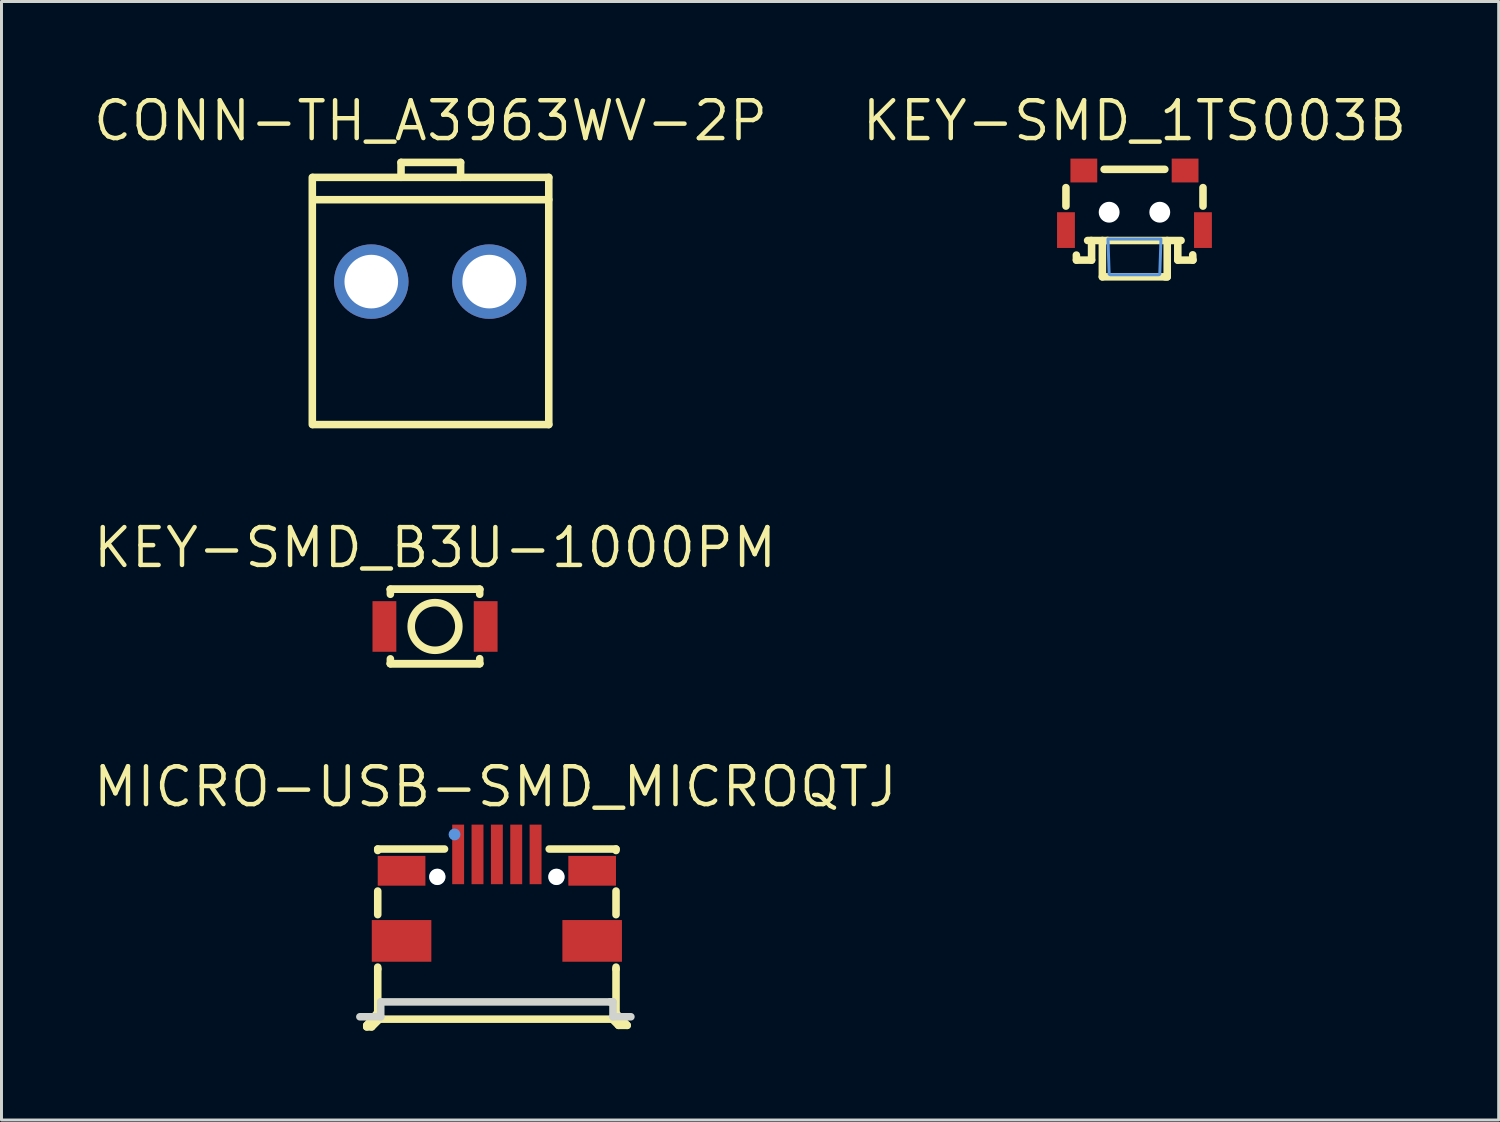
<source format=kicad_pcb>
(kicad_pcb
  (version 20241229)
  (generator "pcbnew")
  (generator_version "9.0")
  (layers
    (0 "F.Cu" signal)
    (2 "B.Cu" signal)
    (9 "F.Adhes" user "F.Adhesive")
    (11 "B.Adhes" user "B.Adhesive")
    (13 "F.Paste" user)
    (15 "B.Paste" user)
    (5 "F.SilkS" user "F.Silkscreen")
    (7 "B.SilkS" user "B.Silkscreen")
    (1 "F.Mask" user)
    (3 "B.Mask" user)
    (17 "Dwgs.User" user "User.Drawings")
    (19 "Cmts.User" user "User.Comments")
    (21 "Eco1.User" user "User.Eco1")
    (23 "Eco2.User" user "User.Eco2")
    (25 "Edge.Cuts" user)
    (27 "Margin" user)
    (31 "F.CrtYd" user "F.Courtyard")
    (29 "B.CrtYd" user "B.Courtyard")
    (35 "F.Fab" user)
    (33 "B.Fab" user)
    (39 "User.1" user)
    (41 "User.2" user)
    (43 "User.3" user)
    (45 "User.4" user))
  (footprint "KEY-SMD_B3U-1000PM"
    (layer "F.Cu")
    (at 11.558 17.986)
    (property "Reference" "KEY-SMD_B3U-1000PM" (at 0 -2.647 0) (layer "F.SilkS") (effects (font (size 1.27 1.27) (thickness 0.15))))
    (attr smd)
    (fp_line (start -1.5 -1.25) (end 1.5 -1.25) (stroke (width 0.254) (type solid)) (layer "F.SilkS"))
    (fp_line (start -1.5 -1.25) (end 1.5 -1.25) (stroke (width 0.254) (type solid)) (layer "F.SilkS"))
    (fp_line (start -1.5 -1.081) (end -1.5 -1.25) (stroke (width 0.254) (type solid)) (layer "F.SilkS"))
    (fp_line (start -1.5 1.25) (end -1.5 1.087) (stroke (width 0.254) (type solid)) (layer "F.SilkS"))
    (fp_line (start -1.5 1.25) (end 1.5 1.25) (stroke (width 0.254) (type solid)) (layer "F.SilkS"))
    (fp_line (start 1.5 -1.25) (end 1.5 -1.081) (stroke (width 0.254) (type solid)) (layer "F.SilkS"))
    (fp_line (start 1.5 1.081) (end 1.5 1.25) (stroke (width 0.254) (type solid)) (layer "F.SilkS"))
    (fp_line (start 1.5 1.25) (end -1.5 1.25) (stroke (width 0.254) (type solid)) (layer "F.SilkS"))
    (fp_circle (center 0 0) (end 0.8 0) (stroke (width 0.254) (type solid)) (fill no) (layer "F.SilkS"))
    (fp_text user "" (at 0 0 0) (layer "Cmts.User") (effects (font (size 1 1) (thickness 0.15))))
    (pad "1" smd rect (at -1.7 0) (size 0.8 1.7) (layers "F.Cu" "F.Mask" "F.Paste"))
    (pad "2" smd rect (at 1.7 0) (size 0.8 1.7) (layers "F.Cu" "F.Mask" "F.Paste")))
  (footprint "CONN-TH_A3963WV-2P"
    (layer "F.Cu")
    (at 11.397 6.406)
    (property "Reference" "CONN-TH_A3963WV-2P" (at 0.01 -5.4 0) (layer "F.SilkS") (effects (font (size 1.27 1.27) (thickness 0.15))))
    (attr through_hole)
    (fp_line (start -3.96 4.8) (end -3.96 -3.5) (stroke (width 0.254) (type solid)) (layer "F.SilkS"))
    (fp_line (start -3.94 4.8) (end 3.98 4.8) (stroke (width 0.254) (type solid)) (layer "F.SilkS"))
    (fp_line (start -0.981 -4.003) (end 1.019 -4.003) (stroke (width 0.254) (type solid)) (layer "F.SilkS"))
    (fp_line (start -0.981 -3.502) (end -0.981 -4.003) (stroke (width 0.254) (type solid)) (layer "F.SilkS"))
    (fp_line (start 1.019 -4.003) (end 1.019 -3.502) (stroke (width 0.254) (type solid)) (layer "F.SilkS"))
    (fp_line (start 3.98 -3.5) (end -3.94 -3.5) (stroke (width 0.254) (type solid)) (layer "F.SilkS"))
    (fp_line (start 3.98 -3.5) (end 3.98 4.8) (stroke (width 0.254) (type solid)) (layer "F.SilkS"))
    (fp_line (start 3.98 -2.75) (end -3.94 -2.75) (stroke (width 0.254) (type solid)) (layer "F.SilkS"))
    (fp_text user "" (at 0 0 0) (layer "Cmts.User") (effects (font (size 1 1) (thickness 0.15))))
    (pad "1" thru_hole circle (at -1.98 0) (size 2.5 2.5) (drill 1.8) (layers "*.Cu" "*.Paste" "*.Mask"))
    (pad "2" thru_hole circle (at 1.98 0) (size 2.5 2.5) (drill 1.8) (layers "*.Cu" "*.Paste" "*.Mask")))
  (footprint "KEY-SMD_1TS003B"
    (layer "F.Cu")
    (at 35.044 3.676)
    (property "Reference" "KEY-SMD_1TS003B" (at 0 -2.67 0) (layer "F.SilkS") (effects (font (size 1.27 1.27) (thickness 0.15))))
    (attr smd)
    (fp_line (start -2.301 -0.426) (end -2.301 0.194) (stroke (width 0.254) (type solid)) (layer "F.SilkS"))
    (fp_line (start -1.948 2.008) (end -1.951 1.84) (stroke (width 0.254) (type solid)) (layer "F.SilkS"))
    (fp_line (start -1.45 1.35) (end -1.573 1.35) (stroke (width 0.254) (type solid)) (layer "F.SilkS"))
    (fp_line (start -1.45 1.35) (end -0.904 1.35) (stroke (width 0.254) (type solid)) (layer "F.SilkS"))
    (fp_line (start -1.44 1.5) (end -1.44 2.008) (stroke (width 0.254) (type solid)) (layer "F.SilkS"))
    (fp_line (start -1.44 2.008) (end -1.948 2.008) (stroke (width 0.254) (type solid)) (layer "F.SilkS"))
    (fp_line (start -1.078 1.35) (end -1.078 2.57) (stroke (width 0.254) (type solid)) (layer "F.SilkS"))
    (fp_line (start -1.078 2.57) (end 1.03 2.57) (stroke (width 0.254) (type solid)) (layer "F.SilkS"))
    (fp_line (start -1.019 -1.04) (end 1.019 -1.04) (stroke (width 0.254) (type solid)) (layer "F.SilkS"))
    (fp_line (start -0.904 1.35) (end 1.565 1.35) (stroke (width 0.254) (type solid)) (layer "F.SilkS"))
    (fp_line (start 1.03 2.57) (end 1.1 2.57) (stroke (width 0.254) (type solid)) (layer "F.SilkS"))
    (fp_line (start 1.1 2.57) (end 1.1 1.35) (stroke (width 0.254) (type solid)) (layer "F.SilkS"))
    (fp_line (start 1.455 2.008) (end 1.455 1.5) (stroke (width 0.254) (type solid)) (layer "F.SilkS"))
    (fp_line (start 1.956 1.831) (end 1.963 2.008) (stroke (width 0.254) (type solid)) (layer "F.SilkS"))
    (fp_line (start 1.963 2.008) (end 1.455 2.008) (stroke (width 0.254) (type solid)) (layer "F.SilkS"))
    (fp_line (start 2.301 -0.426) (end 2.301 0.194) (stroke (width 0.254) (type solid)) (layer "F.SilkS"))
    (fp_circle (center -0.85 0.4) (end -0.725 0.4) (stroke (width 0.25) (type solid)) (fill no) (layer "Cmts.User"))
    (fp_circle (center 0.85 0.4) (end 0.975 0.4) (stroke (width 0.25) (type solid)) (fill no) (layer "Cmts.User"))
    (fp_poly (pts (xy 0.84 2.49) (xy 0.82 2.5) (xy -0.82 2.5) (xy -0.85 2.48) (xy -0.89 1.3) (xy 0.89 1.3) (xy 0.85 2.48) (xy 0.84 2.49)) (stroke (width 0.1) (type solid)) (fill no) (layer "Cmts.User"))
    (fp_text user "" (at 0 0 0) (layer "Cmts.User") (effects (font (size 1 1) (thickness 0.15))))
    (pad "" np_thru_hole circle (at -0.85 0.4) (size 0.7 0.7) (drill 0.7) (layers "*.Cu" "*.Mask"))
    (pad "" np_thru_hole circle (at 0.85 0.4) (size 0.7 0.7) (drill 0.7) (layers "*.Cu" "*.Mask"))
    (pad "1" smd rect (at 1.7 -1 90) (size 0.8 0.9) (layers "F.Cu" "F.Mask" "F.Paste"))
    (pad "2" smd rect (at -1.7 -1 90) (size 0.8 0.9) (layers "F.Cu" "F.Mask" "F.Paste"))
    (pad "3" smd rect (at -2.3 1 180) (size 0.6 1.2) (layers "F.Cu" "F.Mask" "F.Paste"))
    (pad "4" smd rect (at 2.3 1 180) (size 0.6 1.2) (layers "F.Cu" "F.Mask" "F.Paste")))
  (footprint "MICRO-USB-SMD_MICROQTJ"
    (layer "F.Cu")
    (at 13.634 27.092)
    (property "Reference" "MICRO-USB-SMD_MICROQTJ" (at -0.05 -3.722 0) (layer "F.SilkS") (effects (font (size 1.27 1.27) (thickness 0.15))))
    (attr smd)
    (fp_line (start -4.369 4.288) (end -4.011 3.869) (stroke (width 0.254) (type solid)) (layer "F.SilkS"))
    (fp_line (start -4.369 4.339) (end -4.369 4.288) (stroke (width 0.254) (type solid)) (layer "F.SilkS"))
    (fp_line (start -4.204 4.339) (end -4.369 4.339) (stroke (width 0.254) (type solid)) (layer "F.SilkS"))
    (fp_line (start -4 -1.633) (end -1.758 -1.633) (stroke (width 0.254) (type solid)) (layer "F.SilkS"))
    (fp_line (start -4 -1.583) (end -4 -1.633) (stroke (width 0.254) (type solid)) (layer "F.SilkS"))
    (fp_line (start -4 0.571) (end -4 -0.221) (stroke (width 0.254) (type solid)) (layer "F.SilkS"))
    (fp_line (start -4 2.398) (end -4 2.333) (stroke (width 0.254) (type solid)) (layer "F.SilkS"))
    (fp_line (start -4 2.398) (end -4 3.869) (stroke (width 0.254) (type solid)) (layer "F.SilkS"))
    (fp_line (start -3.946 4.081) (end -4.204 4.339) (stroke (width 0.254) (type solid)) (layer "F.SilkS"))
    (fp_line (start 1.758 -1.633) (end 4.001 -1.633) (stroke (width 0.254) (type solid)) (layer "F.SilkS"))
    (fp_line (start 3.878 4.081) (end -3.946 4.081) (stroke (width 0.254) (type solid)) (layer "F.SilkS"))
    (fp_line (start 3.99 3.869) (end 4.376 4.288) (stroke (width 0.254) (type solid)) (layer "F.SilkS"))
    (fp_line (start 4.001 -1.583) (end 4.001 -1.633) (stroke (width 0.254) (type solid)) (layer "F.SilkS"))
    (fp_line (start 4.001 0.571) (end 4.001 -0.221) (stroke (width 0.254) (type solid)) (layer "F.SilkS"))
    (fp_line (start 4.001 2.398) (end 4.001 2.333) (stroke (width 0.254) (type solid)) (layer "F.SilkS"))
    (fp_line (start 4.001 2.398) (end 4.001 3.991) (stroke (width 0.254) (type solid)) (layer "F.SilkS"))
    (fp_line (start 4.084 4.288) (end 3.878 4.081) (stroke (width 0.254) (type solid)) (layer "F.SilkS"))
    (fp_line (start 4.376 4.288) (end 4.084 4.288) (stroke (width 0.254) (type solid)) (layer "F.SilkS"))
    (fp_circle (center -2 -0.698) (end -1.865 -0.698) (stroke (width 0.27) (type solid)) (fill no) (layer "Cmts.User"))
    (fp_circle (center -1.421 -2.122) (end -1.321 -2.122) (stroke (width 0.2) (type solid)) (fill no) (layer "Cmts.User"))
    (fp_circle (center 2 -0.698) (end 2.135 -0.698) (stroke (width 0.27) (type solid)) (fill no) (layer "Cmts.User"))
    (fp_line (start -4.6 4) (end -3.9 4) (stroke (width 0.254) (type solid)) (layer "Edge.Cuts"))
    (fp_line (start -3.9 3.5) (end 3.8 3.5) (stroke (width 0.254) (type solid)) (layer "Edge.Cuts"))
    (fp_line (start -3.9 4) (end -3.9 3.5) (stroke (width 0.254) (type solid)) (layer "Edge.Cuts"))
    (fp_line (start 3.8 3.5) (end 3.9 3.5) (stroke (width 0.254) (type solid)) (layer "Edge.Cuts"))
    (fp_line (start 3.9 3.5) (end 3.9 4) (stroke (width 0.254) (type solid)) (layer "Edge.Cuts"))
    (fp_line (start 3.9 4) (end 4.5 4) (stroke (width 0.254) (type solid)) (layer "Edge.Cuts"))
    (fp_text user "" (at 0 0 0) (layer "Cmts.User") (effects (font (size 1 1) (thickness 0.15))))
    (pad "" np_thru_hole circle (at -2 -0.698) (size 0.55 0.55) (drill 0.55) (layers "*.Cu" "*.Mask"))
    (pad "" np_thru_hole circle (at 2 -0.698) (size 0.55 0.55) (drill 0.55) (layers "*.Cu" "*.Mask"))
    (pad "1" smd rect (at -1.3 -1.452 270) (size 2 0.4) (layers "F.Cu" "F.Mask" "F.Paste"))
    (pad "2" smd rect (at -0.65 -1.452 270) (size 2 0.4) (layers "F.Cu" "F.Mask" "F.Paste"))
    (pad "3" smd rect (at 0 -1.452 270) (size 2 0.4) (layers "F.Cu" "F.Mask" "F.Paste"))
    (pad "4" smd rect (at 0.65 -1.452 270) (size 2 0.4) (layers "F.Cu" "F.Mask" "F.Paste"))
    (pad "5" smd rect (at 1.3 -1.452 270) (size 2 0.4) (layers "F.Cu" "F.Mask" "F.Paste"))
    (pad "6" smd rect (at -3.2 -0.902) (size 1.6 1) (layers "F.Cu" "F.Mask" "F.Paste"))
    (pad "7" smd rect (at -3.2 1.452) (size 2 1.4) (layers "F.Cu" "F.Mask" "F.Paste"))
    (pad "8" smd rect (at 3.2 1.452) (size 2 1.4) (layers "F.Cu" "F.Mask" "F.Paste"))
    (pad "9" smd rect (at 3.2 -0.902) (size 1.6 1) (layers "F.Cu" "F.Mask" "F.Paste")))
  (gr_rect
    (start -3 -3)
    (end 47.274 34.558)
    (stroke (width 0.1) (type default))
    (fill no)
    (layer "Edge.Cuts")))
</source>
